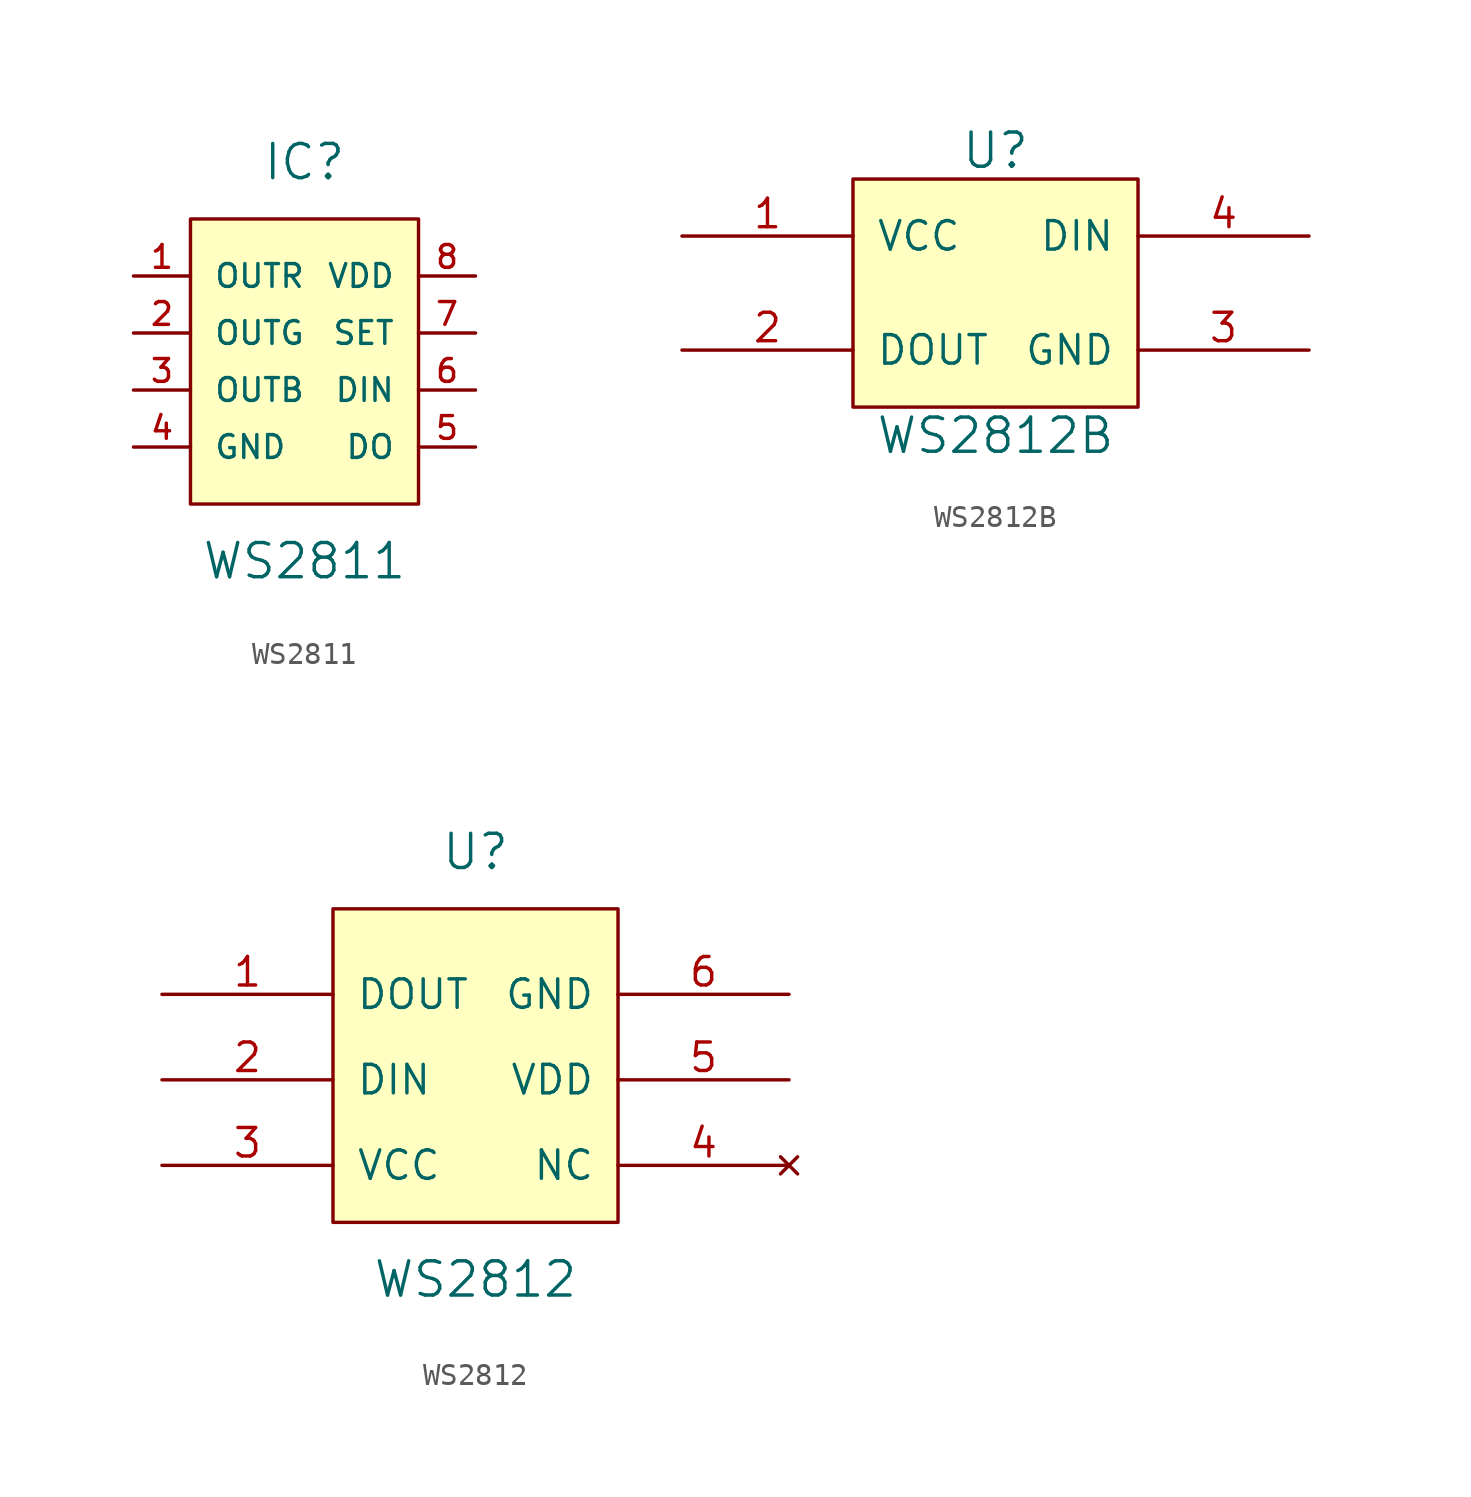
<source format=kicad_sym>
(kicad_symbol_lib
  (version 20211014)
  (generator kicad_symbol_editor)
  (symbol "WS2811"
    (pin_names
      (offset 1.016))
    (property "Reference" "IC"
      (at 0 8.89 0)
      (effects (font (size 1.524 1.524))))
    (property "Value" "WS2811"
      (at 0 -8.89 0)
      (effects (font (size 1.524 1.524))))
    (property "Footprint" ""
      (at 0 0 0)
      (effects (font (size 1.524 1.524))))
    (property "Datasheet" ""
      (at 0 0 0)
      (effects (font (size 1.524 1.524))))
    (symbol "WS2811_0_1"
      (rectangle (start -5.08 6.35) (end 5.08 -6.35) (stroke (width 0) (type default) (color 0 0 0 0)) (fill (type background))))
    (symbol "WS2811_1_1"
      (pin output line (at -7.62 3.81 0) (length 2.54) (name "OUTR" (effects (font (size 1.016 1.016)))) (number "1" (effects (font (size 1.016 1.016)))))
      (pin output line (at -7.62 1.27 0) (length 2.54) (name "OUTG" (effects (font (size 1.016 1.016)))) (number "2" (effects (font (size 1.016 1.016)))))
      (pin output line (at -7.62 -1.27 0) (length 2.54) (name "OUTB" (effects (font (size 1.016 1.016)))) (number "3" (effects (font (size 1.016 1.016)))))
      (pin input line (at -7.62 -3.81 0) (length 2.54) (name "GND" (effects (font (size 1.016 1.016)))) (number "4" (effects (font (size 1.016 1.016)))))
      (pin input line (at 7.62 -3.81 180) (length 2.54) (name "DO" (effects (font (size 1.016 1.016)))) (number "5" (effects (font (size 1.016 1.016)))))
      (pin output line (at 7.62 -1.27 180) (length 2.54) (name "DIN" (effects (font (size 1.016 1.016)))) (number "6" (effects (font (size 1.016 1.016)))))
      (pin output line (at 7.62 1.27 180) (length 2.54) (name "SET" (effects (font (size 1.016 1.016)))) (number "7" (effects (font (size 1.016 1.016)))))
      (pin power_in line (at 7.62 3.81 180) (length 2.54) (name "VDD" (effects (font (size 1.016 1.016)))) (number "8" (effects (font (size 1.016 1.016)))))))
  (symbol "WS2812B"
    (pin_names
      (offset 1.016))
    (property "Reference" "U"
      (at 0 6.35 0)
      (effects (font (size 1.524 1.524))))
    (property "Value" "WS2812B"
      (at 0 -6.35 0)
      (effects (font (size 1.524 1.524))))
    (property "Footprint" ""
      (at 0 0 0)
      (effects (font (size 1.524 1.524))))
    (property "Datasheet" ""
      (at 0 0 0)
      (effects (font (size 1.524 1.524))))
    (symbol "WS2812B_0_1"
      (rectangle (start -6.35 5.08) (end 6.35 -5.08) (stroke (width 0) (type default) (color 0 0 0 0)) (fill (type background))))
    (symbol "WS2812B_1_1"
      (pin power_in line (at -13.97 2.54 0) (length 7.62) (name "VCC" (effects (font (size 1.27 1.27)))) (number "1" (effects (font (size 1.27 1.27)))))
      (pin output line (at -13.97 -2.54 0) (length 7.62) (name "DOUT" (effects (font (size 1.27 1.27)))) (number "2" (effects (font (size 1.27 1.27)))))
      (pin power_in line (at 13.97 -2.54 180) (length 7.62) (name "GND" (effects (font (size 1.27 1.27)))) (number "3" (effects (font (size 1.27 1.27)))))
      (pin input line (at 13.97 2.54 180) (length 7.62) (name "DIN" (effects (font (size 1.27 1.27)))) (number "4" (effects (font (size 1.27 1.27)))))))
  (symbol "WS2812"
    (pin_names
      (offset 1.016))
    (property "Reference" "U"
      (at 0 10.16 0)
      (effects (font (size 1.524 1.524))))
    (property "Value" "WS2812"
      (at 0 -8.89 0)
      (effects (font (size 1.524 1.524))))
    (property "Footprint" ""
      (at 0 0 0)
      (effects (font (size 1.524 1.524))))
    (property "Datasheet" ""
      (at 0 0 0)
      (effects (font (size 1.524 1.524))))
    (symbol "WS2812_0_1"
      (rectangle (start -6.35 7.62) (end 6.35 -6.35) (stroke (width 0) (type default) (color 0 0 0 0)) (fill (type background))))
    (symbol "WS2812_1_1"
      (pin output line (at -13.97 3.81 0) (length 7.62) (name "DOUT" (effects (font (size 1.27 1.27)))) (number "1" (effects (font (size 1.27 1.27)))))
      (pin input line (at -13.97 0 0) (length 7.62) (name "DIN" (effects (font (size 1.27 1.27)))) (number "2" (effects (font (size 1.27 1.27)))))
      (pin power_in line (at -13.97 -3.81 0) (length 7.62) (name "VCC" (effects (font (size 1.27 1.27)))) (number "3" (effects (font (size 1.27 1.27)))))
      (pin no_connect line (at 13.97 -3.81 180) (length 7.62) (name "NC" (effects (font (size 1.27 1.27)))) (number "4" (effects (font (size 1.27 1.27)))))
      (pin power_in line (at 13.97 0 180) (length 7.62) (name "VDD" (effects (font (size 1.27 1.27)))) (number "5" (effects (font (size 1.27 1.27)))))
      (pin power_in line (at 13.97 3.81 180) (length 7.62) (name "GND" (effects (font (size 1.27 1.27)))) (number "6" (effects (font (size 1.27 1.27))))))))
</source>
